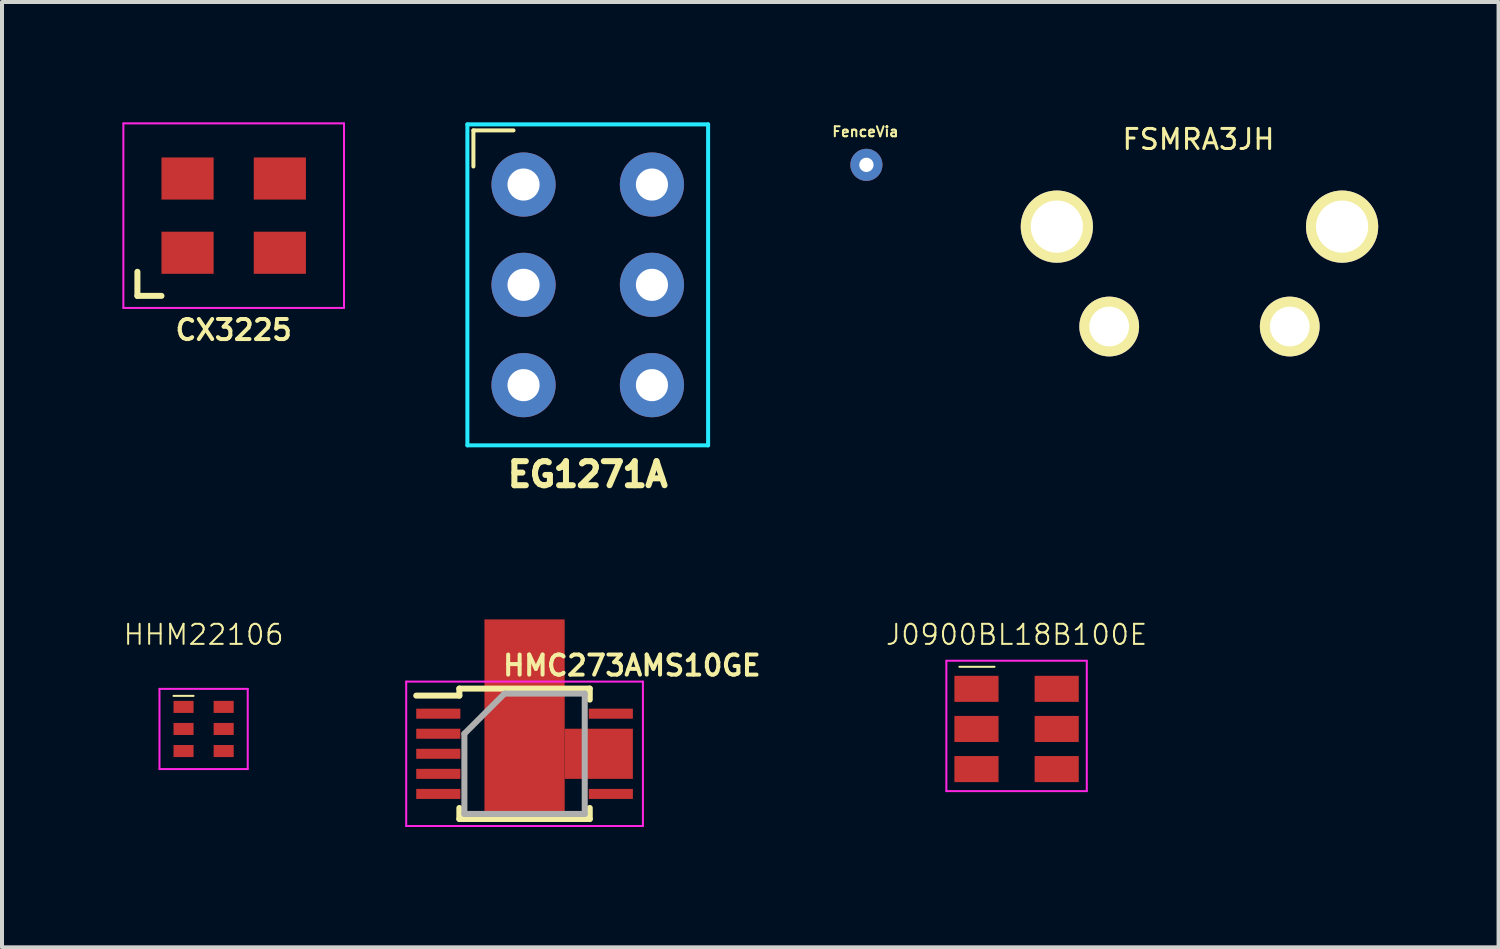
<source format=kicad_pcb>
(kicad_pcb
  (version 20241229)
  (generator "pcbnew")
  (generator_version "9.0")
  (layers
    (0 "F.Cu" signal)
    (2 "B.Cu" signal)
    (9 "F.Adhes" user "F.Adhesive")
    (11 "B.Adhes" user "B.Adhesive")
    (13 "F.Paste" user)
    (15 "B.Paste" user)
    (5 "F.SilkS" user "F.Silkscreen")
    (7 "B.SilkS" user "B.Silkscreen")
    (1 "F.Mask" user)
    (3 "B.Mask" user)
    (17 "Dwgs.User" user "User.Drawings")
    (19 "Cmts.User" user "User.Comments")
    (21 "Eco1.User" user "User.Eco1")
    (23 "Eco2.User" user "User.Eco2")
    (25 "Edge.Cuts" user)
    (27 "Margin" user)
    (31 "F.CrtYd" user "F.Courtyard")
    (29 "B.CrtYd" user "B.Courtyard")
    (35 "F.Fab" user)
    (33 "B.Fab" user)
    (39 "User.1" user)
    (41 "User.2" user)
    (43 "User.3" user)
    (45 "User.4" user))
  (footprint "HHM22106"
    (layer "F.Cu")
    (at 2.025 15.12)
    (property "Reference" "HHM22106" (at 0 -2.35 0) (layer "F.SilkS") (effects (font (size 0.5 0.5) (thickness 0.05))))
    (attr through_hole)
    (fp_line (start -0.75 -0.825) (end -0.25 -0.825) (stroke (width 0.05) (type solid)) (layer "F.SilkS"))
    (fp_line (start -1.1 -1) (end -1.1 1) (stroke (width 0.05) (type solid)) (layer "F.CrtYd"))
    (fp_line (start -1.1 1) (end 1.1 1) (stroke (width 0.05) (type solid)) (layer "F.CrtYd"))
    (fp_line (start 1.1 -1) (end -1.1 -1) (stroke (width 0.05) (type solid)) (layer "F.CrtYd"))
    (fp_line (start 1.1 1) (end 1.1 -1) (stroke (width 0.05) (type solid)) (layer "F.CrtYd"))
    (pad "1" smd rect (at -0.5 -0.55 180) (size 0.5 0.3) (layers "F.Cu" "F.Mask" "F.Paste"))
    (pad "2" smd rect (at -0.5 0 180) (size 0.5 0.3) (layers "F.Cu" "F.Mask" "F.Paste"))
    (pad "3" smd rect (at -0.5 0.55 180) (size 0.5 0.3) (layers "F.Cu" "F.Mask" "F.Paste"))
    (pad "4" smd rect (at 0.5 0.55 180) (size 0.5 0.3) (layers "F.Cu" "F.Mask" "F.Paste"))
    (pad "5" smd rect (at 0.5 0 180) (size 0.5 0.3) (layers "F.Cu" "F.Mask" "F.Paste"))
    (pad "6" smd rect (at 0.5 -0.55 180) (size 0.5 0.3) (layers "F.Cu" "F.Mask" "F.Paste")))
  (footprint "FSMRA3JH"
    (layer "F.Cu")
    (at 26.848 2.599)
    (property "Reference" "FSMRA3JH" (at -0.025 -2.175 0) (layer "F.SilkS") (effects (font (size 0.5 0.5) (thickness 0.075))))
    (attr through_hole)
    (pad "1" thru_hole circle (at -2.25 2.49) (size 1.49 1.49) (drill 0.99) (layers "*.Cu" "*.Mask" "F.SilkS"))
    (pad "2" thru_hole circle (at 2.25 2.49) (size 1.49 1.49) (drill 0.99) (layers "*.Cu" "*.Mask" "F.SilkS"))
    (pad "3" thru_hole circle (at -3.555 0) (size 1.8 1.8) (drill 1.3) (layers "*.Cu" "*.Mask" "F.SilkS"))
    (pad "3" thru_hole circle (at 3.555 0) (size 1.8 1.8) (drill 1.3) (layers "*.Cu" "*.Mask" "F.SilkS")))
  (footprint "J0900BL18B100E"
    (layer "F.Cu")
    (at 22.289 15.12)
    (property "Reference" "J0900BL18B100E" (at 0 -2.35 0) (layer "F.SilkS") (effects (font (size 0.5 0.5) (thickness 0.05))))
    (attr through_hole)
    (fp_line (start -1.425 -1.55) (end -0.55 -1.55) (stroke (width 0.05) (type solid)) (layer "F.SilkS"))
    (fp_line (start -1.75 -1.7) (end -1.75 1.55) (stroke (width 0.05) (type solid)) (layer "F.CrtYd"))
    (fp_line (start -1.75 1.55) (end 1.75 1.55) (stroke (width 0.05) (type solid)) (layer "F.CrtYd"))
    (fp_line (start 1.75 -1.7) (end -1.75 -1.7) (stroke (width 0.05) (type solid)) (layer "F.CrtYd"))
    (fp_line (start 1.75 1.55) (end 1.75 -1.7) (stroke (width 0.05) (type solid)) (layer "F.CrtYd"))
    (pad "1" smd rect (at -1 -1 180) (size 1.1 0.65) (layers "F.Cu" "F.Mask" "F.Paste"))
    (pad "2" smd rect (at -1 0 180) (size 1.1 0.65) (layers "F.Cu" "F.Mask" "F.Paste"))
    (pad "3" smd rect (at -1 1 180) (size 1.1 0.65) (layers "F.Cu" "F.Mask" "F.Paste"))
    (pad "4" smd rect (at 1 1 180) (size 1.1 0.65) (layers "F.Cu" "F.Mask" "F.Paste"))
    (pad "5" smd rect (at 1 0 180) (size 1.1 0.65) (layers "F.Cu" "F.Mask" "F.Paste"))
    (pad "6" smd rect (at 1 -1 180) (size 1.1 0.65) (layers "F.Cu" "F.Mask" "F.Paste")))
  (footprint "EG1271A"
    (layer "F.Cu")
    (at 11.6 4.05)
    (property "Reference" "EG1271A" (at 0 4.725 0) (layer "F.SilkS") (effects (font (size 0.6 0.6) (thickness 0.15))))
    (attr through_hole)
    (fp_line (start -2.85 -3.85) (end -1.85 -3.85) (stroke (width 0.1) (type solid)) (layer "F.SilkS"))
    (fp_line (start -2.85 -2.95) (end -2.85 -3.85) (stroke (width 0.1) (type solid)) (layer "F.SilkS"))
    (fp_line (start -3 -4) (end 3 -4) (stroke (width 0.1) (type solid)) (layer "B.CrtYd"))
    (fp_line (start -3 4) (end -3 -4) (stroke (width 0.1) (type solid)) (layer "B.CrtYd"))
    (fp_line (start 3 -4) (end 3 4) (stroke (width 0.1) (type solid)) (layer "B.CrtYd"))
    (fp_line (start 3 4) (end -3 4) (stroke (width 0.1) (type solid)) (layer "B.CrtYd"))
    (pad "1" thru_hole circle (at -1.6 -2.5) (size 1.6 1.6) (drill 0.8) (layers "*.Cu" "*.Mask"))
    (pad "2" thru_hole circle (at -1.6 0) (size 1.6 1.6) (drill 0.8) (layers "*.Cu" "*.Mask"))
    (pad "3" thru_hole circle (at -1.6 2.5) (size 1.6 1.6) (drill 0.8) (layers "*.Cu" "*.Mask"))
    (pad "4" thru_hole circle (at 1.6 2.5) (size 1.6 1.6) (drill 0.8) (layers "*.Cu" "*.Mask"))
    (pad "5" thru_hole circle (at 1.6 0) (size 1.6 1.6) (drill 0.8) (layers "*.Cu" "*.Mask"))
    (pad "6" thru_hole circle (at 1.6 -2.5) (size 1.6 1.6) (drill 0.8) (layers "*.Cu" "*.Mask")))
  (footprint "CX3225"
    (layer "F.Cu")
    (at 2.775 2.325)
    (property "Reference" "CX3225" (at 0 2.85 0) (layer "F.SilkS") (effects (font (size 0.5 0.5) (thickness 0.1))))
    (attr through_hole)
    (fp_line (start -2.4 1.4) (end -2.4 2) (stroke (width 0.15) (type solid)) (layer "F.SilkS"))
    (fp_line (start -2.4 2) (end -1.8 2) (stroke (width 0.15) (type solid)) (layer "F.SilkS"))
    (fp_line (start -2.75 -2.3) (end -2.75 2.3) (stroke (width 0.05) (type solid)) (layer "F.CrtYd"))
    (fp_line (start -2.75 2.3) (end 2.75 2.3) (stroke (width 0.05) (type solid)) (layer "F.CrtYd"))
    (fp_line (start 2.75 -2.3) (end -2.75 -2.3) (stroke (width 0.05) (type solid)) (layer "F.CrtYd"))
    (fp_line (start 2.75 2.3) (end 2.75 -2.3) (stroke (width 0.05) (type solid)) (layer "F.CrtYd"))
    (pad "1" smd rect (at -1.15 0.925) (size 1.3 1.05) (layers "F.Cu" "F.Mask" "F.Paste"))
    (pad "2" smd rect (at 1.15 0.925) (size 1.3 1.05) (layers "F.Cu" "F.Mask" "F.Paste"))
    (pad "3" smd rect (at 1.15 -0.925) (size 1.3 1.05) (layers "F.Cu" "F.Mask" "F.Paste"))
    (pad "4" smd rect (at -1.15 -0.925) (size 1.3 1.05) (layers "F.Cu" "F.Mask" "F.Paste")))
  (footprint "HMC273AMS10GE"
    (layer "F.Cu")
    (at 10.025 15.739)
    (property "Reference" "HMC273AMS10GE" (at 2.675 -2.2 0) (layer "F.SilkS") (effects (font (size 0.5 0.5) (thickness 0.1))))
    (attr smd)
    (fp_line (start -1.625 -1.625) (end -1.625 -1.45) (stroke (width 0.15) (type solid)) (layer "F.SilkS"))
    (fp_line (start -1.625 -1.625) (end 1.625 -1.625) (stroke (width 0.15) (type solid)) (layer "F.SilkS"))
    (fp_line (start -1.625 -1.45) (end -2.7 -1.45) (stroke (width 0.15) (type solid)) (layer "F.SilkS"))
    (fp_line (start -1.625 1.625) (end -1.625 1.35) (stroke (width 0.15) (type solid)) (layer "F.SilkS"))
    (fp_line (start -1.625 1.625) (end 1.625 1.625) (stroke (width 0.15) (type solid)) (layer "F.SilkS"))
    (fp_line (start 1.625 -1.625) (end 1.625 -1.35) (stroke (width 0.15) (type solid)) (layer "F.SilkS"))
    (fp_line (start 1.625 1.625) (end 1.625 1.35) (stroke (width 0.15) (type solid)) (layer "F.SilkS"))
    (fp_line (start -2.95 -1.8) (end -2.95 1.8) (stroke (width 0.05) (type solid)) (layer "F.CrtYd"))
    (fp_line (start -2.95 -1.8) (end 2.95 -1.8) (stroke (width 0.05) (type solid)) (layer "F.CrtYd"))
    (fp_line (start -2.95 1.8) (end 2.95 1.8) (stroke (width 0.05) (type solid)) (layer "F.CrtYd"))
    (fp_line (start 2.95 -1.8) (end 2.95 1.8) (stroke (width 0.05) (type solid)) (layer "F.CrtYd"))
    (fp_line (start -1.5 -0.5) (end -0.5 -1.5) (stroke (width 0.15) (type solid)) (layer "F.Fab"))
    (fp_line (start -1.5 1.5) (end -1.5 -0.5) (stroke (width 0.15) (type solid)) (layer "F.Fab"))
    (fp_line (start -0.5 -1.5) (end 1.5 -1.5) (stroke (width 0.15) (type solid)) (layer "F.Fab"))
    (fp_line (start 1.5 -1.5) (end 1.5 1.5) (stroke (width 0.15) (type solid)) (layer "F.Fab"))
    (fp_line (start 1.5 1.5) (end -1.5 1.5) (stroke (width 0.15) (type solid)) (layer "F.Fab"))
    (pad "1" smd rect (at -2.15 -1) (size 1.1 0.25) (layers "F.Cu" "F.Mask" "F.Paste"))
    (pad "2" smd rect (at -2.15 -0.5) (size 1.1 0.25) (layers "F.Cu" "F.Mask" "F.Paste"))
    (pad "3" smd rect (at -2.15 0) (size 1.1 0.25) (layers "F.Cu" "F.Mask" "F.Paste"))
    (pad "4" smd rect (at -2.15 0.5) (size 1.1 0.25) (layers "F.Cu" "F.Mask" "F.Paste"))
    (pad "5" smd rect (at -2.15 1) (size 1.1 0.25) (layers "F.Cu" "F.Mask" "F.Paste"))
    (pad "6" smd rect (at 2.15 1) (size 1.1 0.25) (layers "F.Cu" "F.Mask" "F.Paste"))
    (pad "7" smd rect (at 0 -0.85) (size 2 5) (layers "F.Cu" "F.Mask" "F.Paste"))
    (pad "7" smd rect (at 1.85 0) (size 1.7 1.25) (layers "F.Cu" "F.Mask" "F.Paste"))
    (pad "8" smd rect (at 2.15 -1) (size 1.1 0.25) (layers "F.Cu" "F.Mask" "F.Paste")))
  (footprint "FenceVia"
    (layer "F.Cu")
    (at 18.546 1.059)
    (property "Reference" "FenceVia" (at -0.025 -0.825 0) (layer "F.SilkS") (effects (font (size 0.25 0.25) (thickness 0.05))))
    (attr through_hole)
    (pad "1" thru_hole circle (at 0 0) (size 0.8 0.8) (drill 0.356) (layers "*.Cu")))
  (gr_rect
    (start -3 -3)
    (end 34.303 20.564)
    (stroke (width 0.1) (type default))
    (fill no)
    (layer "Edge.Cuts")))
</source>
